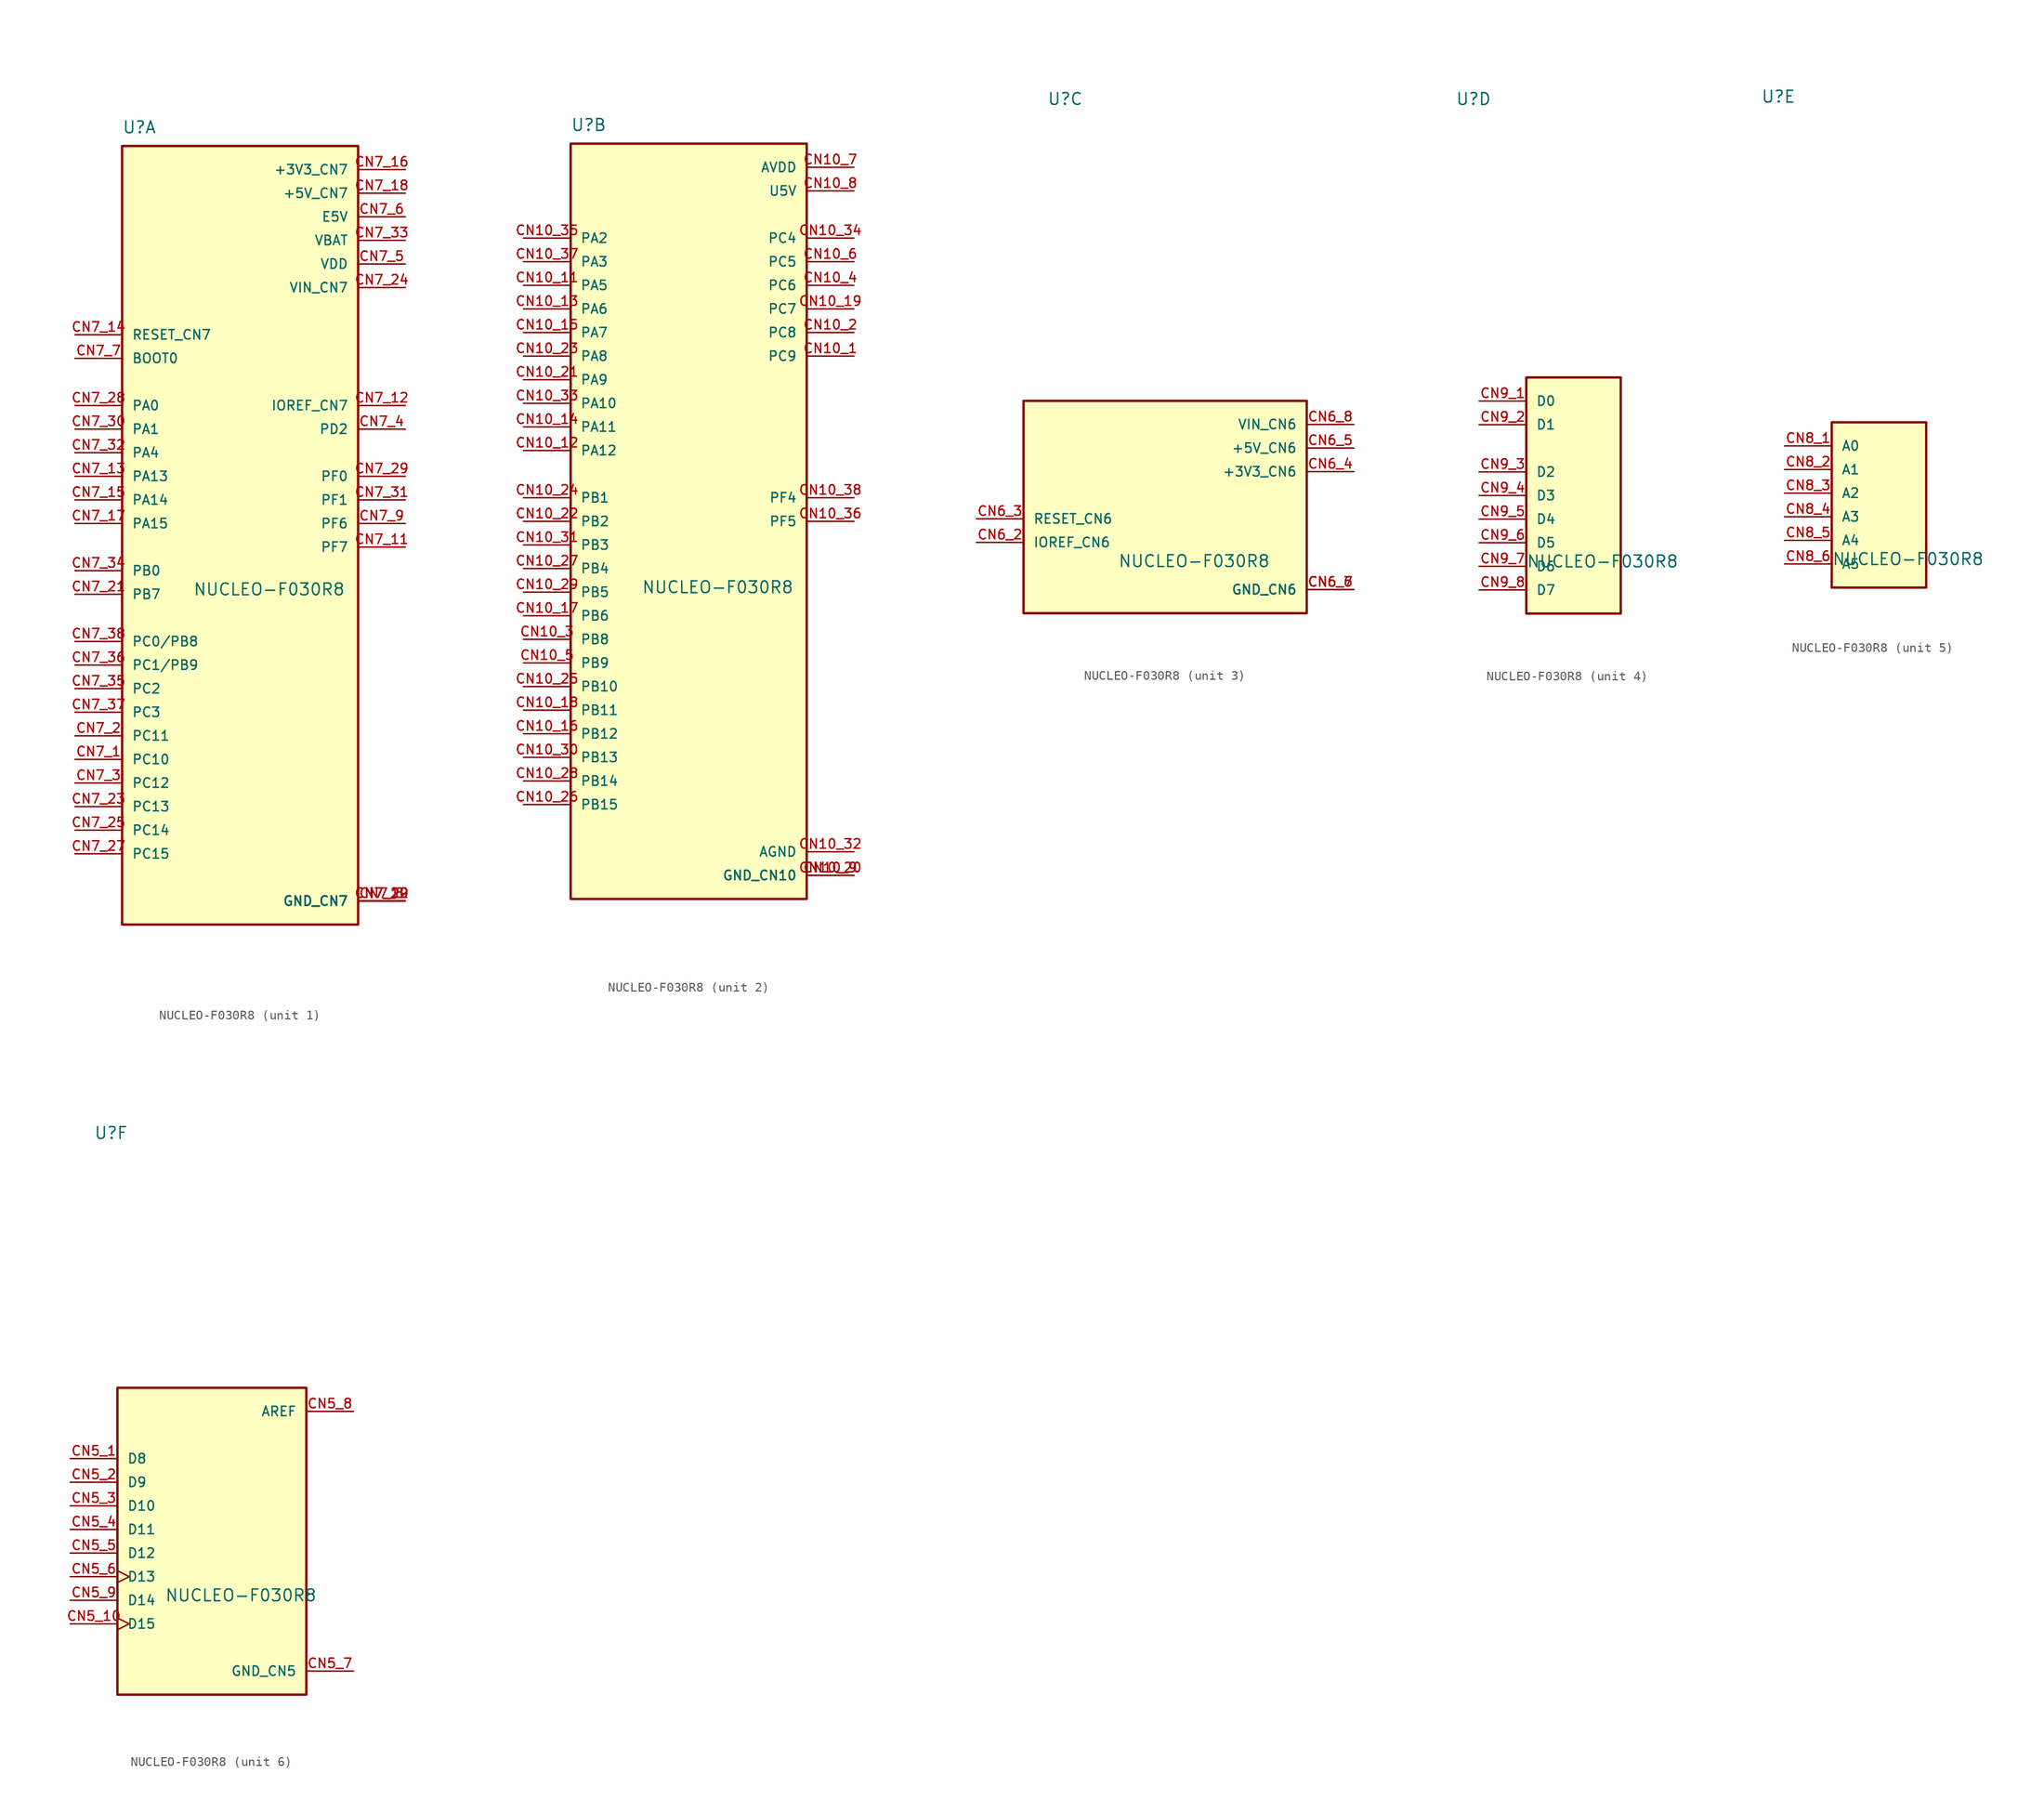
<source format=kicad_sym>
(kicad_symbol_lib
  (version 20220914)
  (generator kicad_symbol_editor)
  (symbol "NUCLEO-F030R8"
    (pin_names
      (offset 1.016))
    (property "Reference" "U"
      (at -12.7 41.91 0)
      (effects (font (size 1.27 1.27)) (justify left bottom)))
    (property "Value" "NUCLEO-F030R8"
      (at -5.08 -6.35 0)
      (effects (font (size 1.27 1.27)) (justify left top)))
    (symbol "NUCLEO-F030R8_1_0"
      (rectangle (start -12.7 40.64) (end 12.7 -43.18) (stroke (width 0.254) (type default)) (fill (type background)))
      (pin bidirectional line (at -17.78 -25.4 0) (length 5.08) (name "PC10" (effects (font (size 1.016 1.016)))) (number "CN7_1" (effects (font (size 1.016 1.016)))))
      (pin bidirectional line (at 17.78 -2.54 180) (length 5.08) (name "PF7" (effects (font (size 1.016 1.016)))) (number "CN7_11" (effects (font (size 1.016 1.016)))))
      (pin bidirectional line (at 17.78 12.7 180) (length 5.08) (name "IOREF_CN7" (effects (font (size 1.016 1.016)))) (number "CN7_12" (effects (font (size 1.016 1.016)))))
      (pin bidirectional line (at -17.78 5.08 0) (length 5.08) (name "PA13" (effects (font (size 1.016 1.016)))) (number "CN7_13" (effects (font (size 1.016 1.016)))))
      (pin bidirectional line (at -17.78 20.32 0) (length 5.08) (name "RESET_CN7" (effects (font (size 1.016 1.016)))) (number "CN7_14" (effects (font (size 1.016 1.016)))))
      (pin bidirectional line (at -17.78 2.54 0) (length 5.08) (name "PA14" (effects (font (size 1.016 1.016)))) (number "CN7_15" (effects (font (size 1.016 1.016)))))
      (pin power_in line (at 17.78 38.1 180) (length 5.08) (name "+3V3_CN7" (effects (font (size 1.016 1.016)))) (number "CN7_16" (effects (font (size 1.016 1.016)))))
      (pin bidirectional line (at -17.78 0 0) (length 5.08) (name "PA15" (effects (font (size 1.016 1.016)))) (number "CN7_17" (effects (font (size 1.016 1.016)))))
      (pin power_in line (at 17.78 35.56 180) (length 5.08) (name "+5V_CN7" (effects (font (size 1.016 1.016)))) (number "CN7_18" (effects (font (size 1.016 1.016)))))
      (pin power_in line (at 17.78 -40.64 180) (length 5.08) (name "GND_CN7" (effects (font (size 1.016 1.016)))) (number "CN7_19" (effects (font (size 1.016 1.016)))))
      (pin bidirectional line (at -17.78 -22.86 0) (length 5.08) (name "PC11" (effects (font (size 1.016 1.016)))) (number "CN7_2" (effects (font (size 1.016 1.016)))))
      (pin power_in line (at 17.78 -40.64 180) (length 5.08) (name "GND_CN7" (effects (font (size 1.016 1.016)))) (number "CN7_20" (effects (font (size 1.016 1.016)))))
      (pin bidirectional line (at -17.78 -7.62 0) (length 5.08) (name "PB7" (effects (font (size 1.016 1.016)))) (number "CN7_21" (effects (font (size 1.016 1.016)))))
      (pin power_in line (at 17.78 -40.64 180) (length 5.08) (name "GND_CN7" (effects (font (size 1.016 1.016)))) (number "CN7_22" (effects (font (size 1.016 1.016)))))
      (pin bidirectional line (at -17.78 -30.48 0) (length 5.08) (name "PC13" (effects (font (size 1.016 1.016)))) (number "CN7_23" (effects (font (size 1.016 1.016)))))
      (pin power_in line (at 17.78 25.4 180) (length 5.08) (name "VIN_CN7" (effects (font (size 1.016 1.016)))) (number "CN7_24" (effects (font (size 1.016 1.016)))))
      (pin bidirectional line (at -17.78 -33.02 0) (length 5.08) (name "PC14" (effects (font (size 1.016 1.016)))) (number "CN7_25" (effects (font (size 1.016 1.016)))))
      (pin bidirectional line (at -17.78 -35.56 0) (length 5.08) (name "PC15" (effects (font (size 1.016 1.016)))) (number "CN7_27" (effects (font (size 1.016 1.016)))))
      (pin bidirectional line (at -17.78 12.7 0) (length 5.08) (name "PA0" (effects (font (size 1.016 1.016)))) (number "CN7_28" (effects (font (size 1.016 1.016)))))
      (pin bidirectional line (at 17.78 5.08 180) (length 5.08) (name "PF0" (effects (font (size 1.016 1.016)))) (number "CN7_29" (effects (font (size 1.016 1.016)))))
      (pin bidirectional line (at -17.78 -27.94 0) (length 5.08) (name "PC12" (effects (font (size 1.016 1.016)))) (number "CN7_3" (effects (font (size 1.016 1.016)))))
      (pin bidirectional line (at -17.78 10.16 0) (length 5.08) (name "PA1" (effects (font (size 1.016 1.016)))) (number "CN7_30" (effects (font (size 1.016 1.016)))))
      (pin bidirectional line (at 17.78 2.54 180) (length 5.08) (name "PF1" (effects (font (size 1.016 1.016)))) (number "CN7_31" (effects (font (size 1.016 1.016)))))
      (pin bidirectional line (at -17.78 7.62 0) (length 5.08) (name "PA4" (effects (font (size 1.016 1.016)))) (number "CN7_32" (effects (font (size 1.016 1.016)))))
      (pin power_in line (at 17.78 30.48 180) (length 5.08) (name "VBAT" (effects (font (size 1.016 1.016)))) (number "CN7_33" (effects (font (size 1.016 1.016)))))
      (pin bidirectional line (at -17.78 -5.08 0) (length 5.08) (name "PB0" (effects (font (size 1.016 1.016)))) (number "CN7_34" (effects (font (size 1.016 1.016)))))
      (pin bidirectional line (at -17.78 -17.78 0) (length 5.08) (name "PC2" (effects (font (size 1.016 1.016)))) (number "CN7_35" (effects (font (size 1.016 1.016)))))
      (pin bidirectional line (at -17.78 -15.24 0) (length 5.08) (name "PC1/PB9" (effects (font (size 1.016 1.016)))) (number "CN7_36" (effects (font (size 1.016 1.016)))))
      (pin bidirectional line (at -17.78 -20.32 0) (length 5.08) (name "PC3" (effects (font (size 1.016 1.016)))) (number "CN7_37" (effects (font (size 1.016 1.016)))))
      (pin bidirectional line (at -17.78 -12.7 0) (length 5.08) (name "PC0/PB8" (effects (font (size 1.016 1.016)))) (number "CN7_38" (effects (font (size 1.016 1.016)))))
      (pin bidirectional line (at 17.78 10.16 180) (length 5.08) (name "PD2" (effects (font (size 1.016 1.016)))) (number "CN7_4" (effects (font (size 1.016 1.016)))))
      (pin power_in line (at 17.78 27.94 180) (length 5.08) (name "VDD" (effects (font (size 1.016 1.016)))) (number "CN7_5" (effects (font (size 1.016 1.016)))))
      (pin power_in line (at 17.78 33.02 180) (length 5.08) (name "E5V" (effects (font (size 1.016 1.016)))) (number "CN7_6" (effects (font (size 1.016 1.016)))))
      (pin bidirectional line (at -17.78 17.78 0) (length 5.08) (name "BOOT0" (effects (font (size 1.016 1.016)))) (number "CN7_7" (effects (font (size 1.016 1.016)))))
      (pin power_in line (at 17.78 -40.64 180) (length 5.08) (name "GND_CN7" (effects (font (size 1.016 1.016)))) (number "CN7_8" (effects (font (size 1.016 1.016)))))
      (pin bidirectional line (at 17.78 0 180) (length 5.08) (name "PF6" (effects (font (size 1.016 1.016)))) (number "CN7_9" (effects (font (size 1.016 1.016))))))
    (symbol "NUCLEO-F030R8_2_0"
      (rectangle (start -12.7 -40.64) (end 12.7 40.64) (stroke (width 0.254) (type default)) (fill (type background)))
      (pin bidirectional line (at 17.78 17.78 180) (length 5.08) (name "PC9" (effects (font (size 1.016 1.016)))) (number "CN10_1" (effects (font (size 1.016 1.016)))))
      (pin bidirectional line (at -17.78 25.4 0) (length 5.08) (name "PA5" (effects (font (size 1.016 1.016)))) (number "CN10_11" (effects (font (size 1.016 1.016)))))
      (pin bidirectional line (at -17.78 7.62 0) (length 5.08) (name "PA12" (effects (font (size 1.016 1.016)))) (number "CN10_12" (effects (font (size 1.016 1.016)))))
      (pin bidirectional line (at -17.78 22.86 0) (length 5.08) (name "PA6" (effects (font (size 1.016 1.016)))) (number "CN10_13" (effects (font (size 1.016 1.016)))))
      (pin bidirectional line (at -17.78 10.16 0) (length 5.08) (name "PA11" (effects (font (size 1.016 1.016)))) (number "CN10_14" (effects (font (size 1.016 1.016)))))
      (pin bidirectional line (at -17.78 20.32 0) (length 5.08) (name "PA7" (effects (font (size 1.016 1.016)))) (number "CN10_15" (effects (font (size 1.016 1.016)))))
      (pin bidirectional line (at -17.78 -22.86 0) (length 5.08) (name "PB12" (effects (font (size 1.016 1.016)))) (number "CN10_16" (effects (font (size 1.016 1.016)))))
      (pin bidirectional line (at -17.78 -10.16 0) (length 5.08) (name "PB6" (effects (font (size 1.016 1.016)))) (number "CN10_17" (effects (font (size 1.016 1.016)))))
      (pin bidirectional line (at -17.78 -20.32 0) (length 5.08) (name "PB11" (effects (font (size 1.016 1.016)))) (number "CN10_18" (effects (font (size 1.016 1.016)))))
      (pin bidirectional line (at 17.78 22.86 180) (length 5.08) (name "PC7" (effects (font (size 1.016 1.016)))) (number "CN10_19" (effects (font (size 1.016 1.016)))))
      (pin bidirectional line (at 17.78 20.32 180) (length 5.08) (name "PC8" (effects (font (size 1.016 1.016)))) (number "CN10_2" (effects (font (size 1.016 1.016)))))
      (pin power_in line (at 17.78 -38.1 180) (length 5.08) (name "GND_CN10" (effects (font (size 1.016 1.016)))) (number "CN10_20" (effects (font (size 1.016 1.016)))))
      (pin bidirectional line (at -17.78 15.24 0) (length 5.08) (name "PA9" (effects (font (size 1.016 1.016)))) (number "CN10_21" (effects (font (size 1.016 1.016)))))
      (pin bidirectional line (at -17.78 0 0) (length 5.08) (name "PB2" (effects (font (size 1.016 1.016)))) (number "CN10_22" (effects (font (size 1.016 1.016)))))
      (pin bidirectional line (at -17.78 17.78 0) (length 5.08) (name "PA8" (effects (font (size 1.016 1.016)))) (number "CN10_23" (effects (font (size 1.016 1.016)))))
      (pin bidirectional line (at -17.78 2.54 0) (length 5.08) (name "PB1" (effects (font (size 1.016 1.016)))) (number "CN10_24" (effects (font (size 1.016 1.016)))))
      (pin bidirectional line (at -17.78 -17.78 0) (length 5.08) (name "PB10" (effects (font (size 1.016 1.016)))) (number "CN10_25" (effects (font (size 1.016 1.016)))))
      (pin bidirectional line (at -17.78 -30.48 0) (length 5.08) (name "PB15" (effects (font (size 1.016 1.016)))) (number "CN10_26" (effects (font (size 1.016 1.016)))))
      (pin bidirectional line (at -17.78 -5.08 0) (length 5.08) (name "PB4" (effects (font (size 1.016 1.016)))) (number "CN10_27" (effects (font (size 1.016 1.016)))))
      (pin bidirectional line (at -17.78 -27.94 0) (length 5.08) (name "PB14" (effects (font (size 1.016 1.016)))) (number "CN10_28" (effects (font (size 1.016 1.016)))))
      (pin bidirectional line (at -17.78 -7.62 0) (length 5.08) (name "PB5" (effects (font (size 1.016 1.016)))) (number "CN10_29" (effects (font (size 1.016 1.016)))))
      (pin bidirectional line (at -17.78 -12.7 0) (length 5.08) (name "PB8" (effects (font (size 1.016 1.016)))) (number "CN10_3" (effects (font (size 1.016 1.016)))))
      (pin bidirectional line (at -17.78 -25.4 0) (length 5.08) (name "PB13" (effects (font (size 1.016 1.016)))) (number "CN10_30" (effects (font (size 1.016 1.016)))))
      (pin bidirectional line (at -17.78 -2.54 0) (length 5.08) (name "PB3" (effects (font (size 1.016 1.016)))) (number "CN10_31" (effects (font (size 1.016 1.016)))))
      (pin power_in line (at 17.78 -35.56 180) (length 5.08) (name "AGND" (effects (font (size 1.016 1.016)))) (number "CN10_32" (effects (font (size 1.016 1.016)))))
      (pin bidirectional line (at -17.78 12.7 0) (length 5.08) (name "PA10" (effects (font (size 1.016 1.016)))) (number "CN10_33" (effects (font (size 1.016 1.016)))))
      (pin bidirectional line (at 17.78 30.48 180) (length 5.08) (name "PC4" (effects (font (size 1.016 1.016)))) (number "CN10_34" (effects (font (size 1.016 1.016)))))
      (pin bidirectional line (at -17.78 30.48 0) (length 5.08) (name "PA2" (effects (font (size 1.016 1.016)))) (number "CN10_35" (effects (font (size 1.016 1.016)))))
      (pin bidirectional line (at 17.78 0 180) (length 5.08) (name "PF5" (effects (font (size 1.016 1.016)))) (number "CN10_36" (effects (font (size 1.016 1.016)))))
      (pin bidirectional line (at -17.78 27.94 0) (length 5.08) (name "PA3" (effects (font (size 1.016 1.016)))) (number "CN10_37" (effects (font (size 1.016 1.016)))))
      (pin bidirectional line (at 17.78 2.54 180) (length 5.08) (name "PF4" (effects (font (size 1.016 1.016)))) (number "CN10_38" (effects (font (size 1.016 1.016)))))
      (pin bidirectional line (at 17.78 25.4 180) (length 5.08) (name "PC6" (effects (font (size 1.016 1.016)))) (number "CN10_4" (effects (font (size 1.016 1.016)))))
      (pin bidirectional line (at -17.78 -15.24 0) (length 5.08) (name "PB9" (effects (font (size 1.016 1.016)))) (number "CN10_5" (effects (font (size 1.016 1.016)))))
      (pin bidirectional line (at 17.78 27.94 180) (length 5.08) (name "PC5" (effects (font (size 1.016 1.016)))) (number "CN10_6" (effects (font (size 1.016 1.016)))))
      (pin power_in line (at 17.78 38.1 180) (length 5.08) (name "AVDD" (effects (font (size 1.016 1.016)))) (number "CN10_7" (effects (font (size 1.016 1.016)))))
      (pin power_in line (at 17.78 35.56 180) (length 5.08) (name "U5V" (effects (font (size 1.016 1.016)))) (number "CN10_8" (effects (font (size 1.016 1.016)))))
      (pin power_in line (at 17.78 -38.1 180) (length 5.08) (name "GND_CN10" (effects (font (size 1.016 1.016)))) (number "CN10_9" (effects (font (size 1.016 1.016))))))
    (symbol "NUCLEO-F030R8_3_0"
      (rectangle (start -15.24 -12.7) (end 15.24 10.16) (stroke (width 0.254) (type default)) (fill (type background)))
      (pin bidirectional line (at -20.32 -5.08 0) (length 5.08) (name "IOREF_CN6" (effects (font (size 1.016 1.016)))) (number "CN6_2" (effects (font (size 1.016 1.016)))))
      (pin bidirectional line (at -20.32 -2.54 0) (length 5.08) (name "RESET_CN6" (effects (font (size 1.016 1.016)))) (number "CN6_3" (effects (font (size 1.016 1.016)))))
      (pin power_in line (at 20.32 2.54 180) (length 5.08) (name "+3V3_CN6" (effects (font (size 1.016 1.016)))) (number "CN6_4" (effects (font (size 1.016 1.016)))))
      (pin power_in line (at 20.32 5.08 180) (length 5.08) (name "+5V_CN6" (effects (font (size 1.016 1.016)))) (number "CN6_5" (effects (font (size 1.016 1.016)))))
      (pin power_in line (at 20.32 -10.16 180) (length 5.08) (name "GND_CN6" (effects (font (size 1.016 1.016)))) (number "CN6_6" (effects (font (size 1.016 1.016)))))
      (pin power_in line (at 20.32 -10.16 180) (length 5.08) (name "GND_CN6" (effects (font (size 1.016 1.016)))) (number "CN6_7" (effects (font (size 1.016 1.016)))))
      (pin power_in line (at 20.32 7.62 180) (length 5.08) (name "VIN_CN6" (effects (font (size 1.016 1.016)))) (number "CN6_8" (effects (font (size 1.016 1.016))))))
    (symbol "NUCLEO-F030R8_4_0"
      (rectangle (start -5.08 -12.7) (end 5.08 12.7) (stroke (width 0.254) (type default)) (fill (type background)))
      (pin input line (at -10.16 10.16 0) (length 5.08) (name "D0" (effects (font (size 1.016 1.016)))) (number "CN9_1" (effects (font (size 1.016 1.016)))))
      (pin output line (at -10.16 7.62 0) (length 5.08) (name "D1" (effects (font (size 1.016 1.016)))) (number "CN9_2" (effects (font (size 1.016 1.016)))))
      (pin bidirectional line (at -10.16 2.54 0) (length 5.08) (name "D2" (effects (font (size 1.016 1.016)))) (number "CN9_3" (effects (font (size 1.016 1.016)))))
      (pin bidirectional line (at -10.16 0 0) (length 5.08) (name "D3" (effects (font (size 1.016 1.016)))) (number "CN9_4" (effects (font (size 1.016 1.016)))))
      (pin bidirectional line (at -10.16 -2.54 0) (length 5.08) (name "D4" (effects (font (size 1.016 1.016)))) (number "CN9_5" (effects (font (size 1.016 1.016)))))
      (pin bidirectional line (at -10.16 -5.08 0) (length 5.08) (name "D5" (effects (font (size 1.016 1.016)))) (number "CN9_6" (effects (font (size 1.016 1.016)))))
      (pin bidirectional line (at -10.16 -7.62 0) (length 5.08) (name "D6" (effects (font (size 1.016 1.016)))) (number "CN9_7" (effects (font (size 1.016 1.016)))))
      (pin bidirectional line (at -10.16 -10.16 0) (length 5.08) (name "D7" (effects (font (size 1.016 1.016)))) (number "CN9_8" (effects (font (size 1.016 1.016))))))
    (symbol "NUCLEO-F030R8_5_0"
      (rectangle (start -5.08 -10.16) (end 5.08 7.62) (stroke (width 0.254) (type default)) (fill (type background)))
      (pin input line (at -10.16 5.08 0) (length 5.08) (name "A0" (effects (font (size 1.016 1.016)))) (number "CN8_1" (effects (font (size 1.016 1.016)))))
      (pin input line (at -10.16 2.54 0) (length 5.08) (name "A1" (effects (font (size 1.016 1.016)))) (number "CN8_2" (effects (font (size 1.016 1.016)))))
      (pin input line (at -10.16 0 0) (length 5.08) (name "A2" (effects (font (size 1.016 1.016)))) (number "CN8_3" (effects (font (size 1.016 1.016)))))
      (pin input line (at -10.16 -2.54 0) (length 5.08) (name "A3" (effects (font (size 1.016 1.016)))) (number "CN8_4" (effects (font (size 1.016 1.016)))))
      (pin input line (at -10.16 -5.08 0) (length 5.08) (name "A4" (effects (font (size 1.016 1.016)))) (number "CN8_5" (effects (font (size 1.016 1.016)))))
      (pin input line (at -10.16 -7.62 0) (length 5.08) (name "A5" (effects (font (size 1.016 1.016)))) (number "CN8_6" (effects (font (size 1.016 1.016))))))
    (symbol "NUCLEO-F030R8_6_0"
      (rectangle (start -10.16 -17.78) (end 10.16 15.24) (stroke (width 0.254) (type default)) (fill (type background)))
      (pin bidirectional line (at -15.24 7.62 0) (length 5.08) (name "D8" (effects (font (size 1.016 1.016)))) (number "CN5_1" (effects (font (size 1.016 1.016)))))
      (pin bidirectional clock (at -15.24 -10.16 0) (length 5.08) (name "D15" (effects (font (size 1.016 1.016)))) (number "CN5_10" (effects (font (size 1.016 1.016)))))
      (pin bidirectional line (at -15.24 5.08 0) (length 5.08) (name "D9" (effects (font (size 1.016 1.016)))) (number "CN5_2" (effects (font (size 1.016 1.016)))))
      (pin bidirectional line (at -15.24 2.54 0) (length 5.08) (name "D10" (effects (font (size 1.016 1.016)))) (number "CN5_3" (effects (font (size 1.016 1.016)))))
      (pin bidirectional line (at -15.24 0 0) (length 5.08) (name "D11" (effects (font (size 1.016 1.016)))) (number "CN5_4" (effects (font (size 1.016 1.016)))))
      (pin bidirectional line (at -15.24 -2.54 0) (length 5.08) (name "D12" (effects (font (size 1.016 1.016)))) (number "CN5_5" (effects (font (size 1.016 1.016)))))
      (pin bidirectional clock (at -15.24 -5.08 0) (length 5.08) (name "D13" (effects (font (size 1.016 1.016)))) (number "CN5_6" (effects (font (size 1.016 1.016)))))
      (pin power_in line (at 15.24 -15.24 180) (length 5.08) (name "GND_CN5" (effects (font (size 1.016 1.016)))) (number "CN5_7" (effects (font (size 1.016 1.016)))))
      (pin power_in line (at 15.24 12.7 180) (length 5.08) (name "AREF" (effects (font (size 1.016 1.016)))) (number "CN5_8" (effects (font (size 1.016 1.016)))))
      (pin bidirectional line (at -15.24 -7.62 0) (length 5.08) (name "D14" (effects (font (size 1.016 1.016)))) (number "CN5_9" (effects (font (size 1.016 1.016))))))))
</source>
